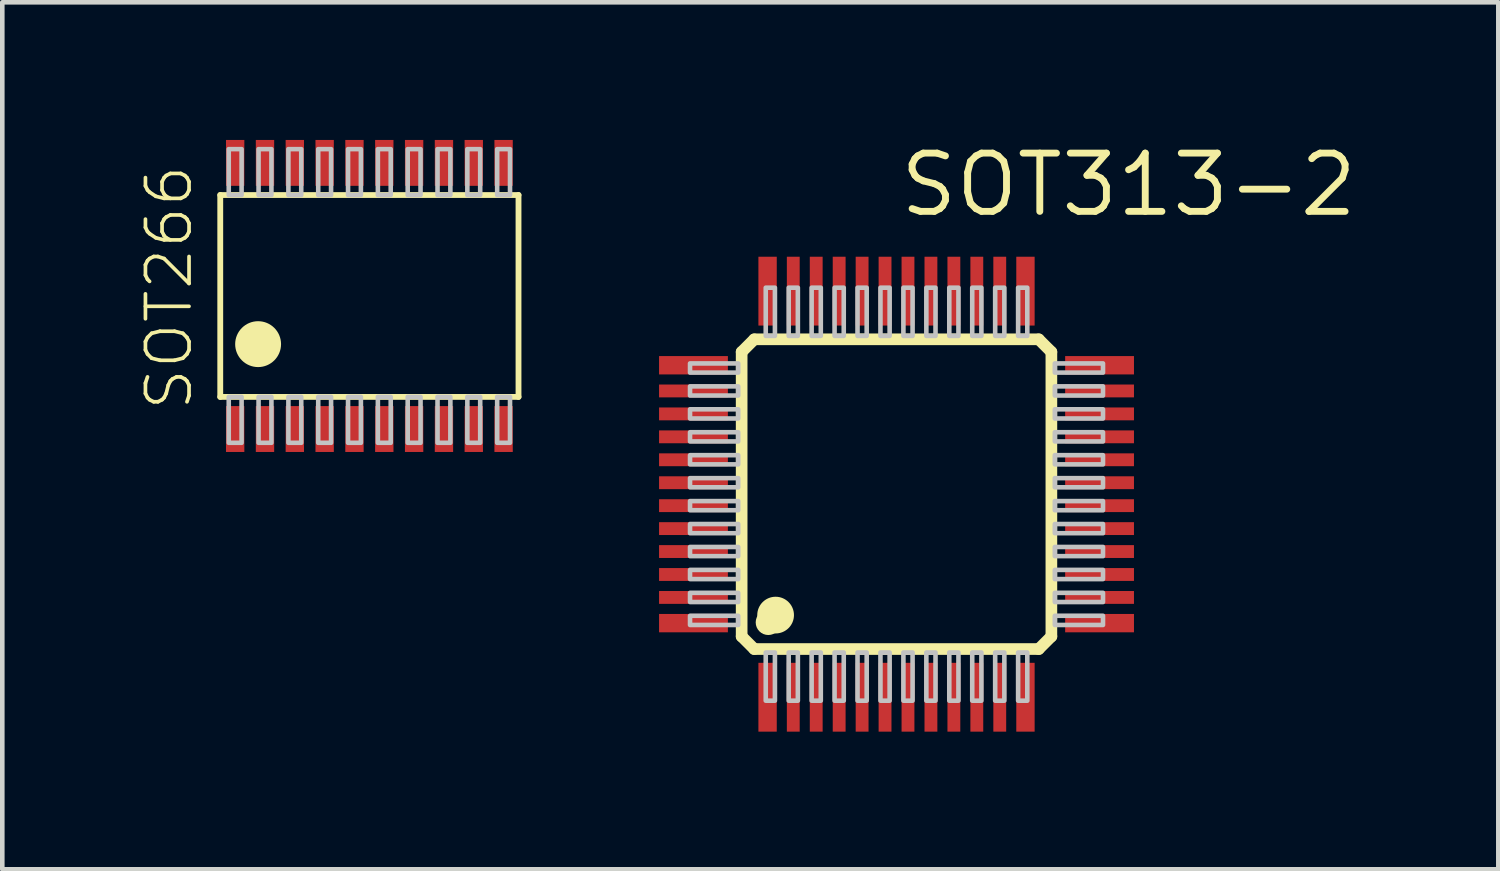
<source format=kicad_pcb>
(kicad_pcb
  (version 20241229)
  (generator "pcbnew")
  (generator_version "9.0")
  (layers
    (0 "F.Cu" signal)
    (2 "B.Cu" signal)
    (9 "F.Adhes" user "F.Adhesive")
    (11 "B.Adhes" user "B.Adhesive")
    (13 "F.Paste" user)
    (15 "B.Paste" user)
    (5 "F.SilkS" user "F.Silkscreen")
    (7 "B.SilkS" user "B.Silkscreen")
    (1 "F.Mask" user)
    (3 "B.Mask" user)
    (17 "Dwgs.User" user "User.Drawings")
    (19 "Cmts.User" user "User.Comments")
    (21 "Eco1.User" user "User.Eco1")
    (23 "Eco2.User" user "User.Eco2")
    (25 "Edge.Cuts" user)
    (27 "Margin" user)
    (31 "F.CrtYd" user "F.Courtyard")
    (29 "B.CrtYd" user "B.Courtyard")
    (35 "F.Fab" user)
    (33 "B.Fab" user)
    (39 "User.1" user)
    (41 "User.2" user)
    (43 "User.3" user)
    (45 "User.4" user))
  (footprint "SOT313-2"
    (layer "F.Cu")
    (at 16.488 7.72)
    (property "Reference" "SOT313-2" (at 0 -6 0) (layer "F.SilkS") (effects (font (size 1.27 1.27) (thickness 0.15)) (justify left bottom)))
    (attr through_hole)
    (fp_line (start -3.375 -3.1) (end -3.1 -3.375) (stroke (width 0.254) (type solid)) (layer "F.SilkS"))
    (fp_line (start -3.375 3.1) (end -3.375 -3.1) (stroke (width 0.254) (type solid)) (layer "F.SilkS"))
    (fp_line (start -3.1 -3.375) (end 3.1 -3.375) (stroke (width 0.254) (type solid)) (layer "F.SilkS"))
    (fp_line (start -3.1 3.375) (end -3.375 3.1) (stroke (width 0.254) (type solid)) (layer "F.SilkS"))
    (fp_line (start 3.1 -3.375) (end 3.375 -3.1) (stroke (width 0.254) (type solid)) (layer "F.SilkS"))
    (fp_line (start 3.1 3.375) (end -3.1 3.375) (stroke (width 0.254) (type solid)) (layer "F.SilkS"))
    (fp_line (start 3.375 -3.1) (end 3.375 3.1) (stroke (width 0.254) (type solid)) (layer "F.SilkS"))
    (fp_line (start 3.375 3.1) (end 3.1 3.375) (stroke (width 0.254) (type solid)) (layer "F.SilkS"))
    (fp_circle (center -2.794 2.794) (end -2.594 2.794) (stroke (width 0.15) (type solid)) (fill no) (layer "F.SilkS"))
    (fp_circle (center -2.635 2.635) (end -2.235 2.635) (stroke (width 0) (type solid)) (fill yes) (layer "F.SilkS"))
    (fp_poly (pts (xy -4.5 -2.65) (xy -3.45 -2.65) (xy -3.45 -2.85) (xy -4.5 -2.85)) (stroke (width 0.1) (type solid)) (fill no) (layer "Dwgs.User"))
    (fp_poly (pts (xy -4.5 -2.15) (xy -3.45 -2.15) (xy -3.45 -2.35) (xy -4.5 -2.35)) (stroke (width 0.1) (type solid)) (fill no) (layer "Dwgs.User"))
    (fp_poly (pts (xy -4.5 -1.65) (xy -3.45 -1.65) (xy -3.45 -1.85) (xy -4.5 -1.85)) (stroke (width 0.1) (type solid)) (fill no) (layer "Dwgs.User"))
    (fp_poly (pts (xy -4.5 -1.15) (xy -3.45 -1.15) (xy -3.45 -1.35) (xy -4.5 -1.35)) (stroke (width 0.1) (type solid)) (fill no) (layer "Dwgs.User"))
    (fp_poly (pts (xy -4.5 -0.65) (xy -3.45 -0.65) (xy -3.45 -0.85) (xy -4.5 -0.85)) (stroke (width 0.1) (type solid)) (fill no) (layer "Dwgs.User"))
    (fp_poly (pts (xy -4.5 -0.15) (xy -3.45 -0.15) (xy -3.45 -0.35) (xy -4.5 -0.35)) (stroke (width 0.1) (type solid)) (fill no) (layer "Dwgs.User"))
    (fp_poly (pts (xy -4.5 0.35) (xy -3.45 0.35) (xy -3.45 0.15) (xy -4.5 0.15)) (stroke (width 0.1) (type solid)) (fill no) (layer "Dwgs.User"))
    (fp_poly (pts (xy -4.5 0.85) (xy -3.45 0.85) (xy -3.45 0.65) (xy -4.5 0.65)) (stroke (width 0.1) (type solid)) (fill no) (layer "Dwgs.User"))
    (fp_poly (pts (xy -4.5 1.35) (xy -3.45 1.35) (xy -3.45 1.15) (xy -4.5 1.15)) (stroke (width 0.1) (type solid)) (fill no) (layer "Dwgs.User"))
    (fp_poly (pts (xy -4.5 1.85) (xy -3.45 1.85) (xy -3.45 1.65) (xy -4.5 1.65)) (stroke (width 0.1) (type solid)) (fill no) (layer "Dwgs.User"))
    (fp_poly (pts (xy -4.5 2.35) (xy -3.45 2.35) (xy -3.45 2.15) (xy -4.5 2.15)) (stroke (width 0.1) (type solid)) (fill no) (layer "Dwgs.User"))
    (fp_poly (pts (xy -4.5 2.85) (xy -3.45 2.85) (xy -3.45 2.65) (xy -4.5 2.65)) (stroke (width 0.1) (type solid)) (fill no) (layer "Dwgs.User"))
    (fp_poly (pts (xy -2.85 -3.45) (xy -2.65 -3.45) (xy -2.65 -4.5) (xy -2.85 -4.5)) (stroke (width 0.1) (type solid)) (fill no) (layer "Dwgs.User"))
    (fp_poly (pts (xy -2.85 4.5) (xy -2.65 4.5) (xy -2.65 3.45) (xy -2.85 3.45)) (stroke (width 0.1) (type solid)) (fill no) (layer "Dwgs.User"))
    (fp_poly (pts (xy -2.35 -3.45) (xy -2.15 -3.45) (xy -2.15 -4.5) (xy -2.35 -4.5)) (stroke (width 0.1) (type solid)) (fill no) (layer "Dwgs.User"))
    (fp_poly (pts (xy -2.35 4.5) (xy -2.15 4.5) (xy -2.15 3.45) (xy -2.35 3.45)) (stroke (width 0.1) (type solid)) (fill no) (layer "Dwgs.User"))
    (fp_poly (pts (xy -1.85 -3.45) (xy -1.65 -3.45) (xy -1.65 -4.5) (xy -1.85 -4.5)) (stroke (width 0.1) (type solid)) (fill no) (layer "Dwgs.User"))
    (fp_poly (pts (xy -1.85 4.5) (xy -1.65 4.5) (xy -1.65 3.45) (xy -1.85 3.45)) (stroke (width 0.1) (type solid)) (fill no) (layer "Dwgs.User"))
    (fp_poly (pts (xy -1.35 -3.45) (xy -1.15 -3.45) (xy -1.15 -4.5) (xy -1.35 -4.5)) (stroke (width 0.1) (type solid)) (fill no) (layer "Dwgs.User"))
    (fp_poly (pts (xy -1.35 4.5) (xy -1.15 4.5) (xy -1.15 3.45) (xy -1.35 3.45)) (stroke (width 0.1) (type solid)) (fill no) (layer "Dwgs.User"))
    (fp_poly (pts (xy -0.85 -3.45) (xy -0.65 -3.45) (xy -0.65 -4.5) (xy -0.85 -4.5)) (stroke (width 0.1) (type solid)) (fill no) (layer "Dwgs.User"))
    (fp_poly (pts (xy -0.85 4.5) (xy -0.65 4.5) (xy -0.65 3.45) (xy -0.85 3.45)) (stroke (width 0.1) (type solid)) (fill no) (layer "Dwgs.User"))
    (fp_poly (pts (xy -0.35 -3.45) (xy -0.15 -3.45) (xy -0.15 -4.5) (xy -0.35 -4.5)) (stroke (width 0.1) (type solid)) (fill no) (layer "Dwgs.User"))
    (fp_poly (pts (xy -0.35 4.5) (xy -0.15 4.5) (xy -0.15 3.45) (xy -0.35 3.45)) (stroke (width 0.1) (type solid)) (fill no) (layer "Dwgs.User"))
    (fp_poly (pts (xy 0.15 -3.45) (xy 0.35 -3.45) (xy 0.35 -4.5) (xy 0.15 -4.5)) (stroke (width 0.1) (type solid)) (fill no) (layer "Dwgs.User"))
    (fp_poly (pts (xy 0.15 4.5) (xy 0.35 4.5) (xy 0.35 3.45) (xy 0.15 3.45)) (stroke (width 0.1) (type solid)) (fill no) (layer "Dwgs.User"))
    (fp_poly (pts (xy 0.65 -3.45) (xy 0.85 -3.45) (xy 0.85 -4.5) (xy 0.65 -4.5)) (stroke (width 0.1) (type solid)) (fill no) (layer "Dwgs.User"))
    (fp_poly (pts (xy 0.65 4.5) (xy 0.85 4.5) (xy 0.85 3.45) (xy 0.65 3.45)) (stroke (width 0.1) (type solid)) (fill no) (layer "Dwgs.User"))
    (fp_poly (pts (xy 1.15 -3.45) (xy 1.35 -3.45) (xy 1.35 -4.5) (xy 1.15 -4.5)) (stroke (width 0.1) (type solid)) (fill no) (layer "Dwgs.User"))
    (fp_poly (pts (xy 1.15 4.5) (xy 1.35 4.5) (xy 1.35 3.45) (xy 1.15 3.45)) (stroke (width 0.1) (type solid)) (fill no) (layer "Dwgs.User"))
    (fp_poly (pts (xy 1.65 -3.45) (xy 1.85 -3.45) (xy 1.85 -4.5) (xy 1.65 -4.5)) (stroke (width 0.1) (type solid)) (fill no) (layer "Dwgs.User"))
    (fp_poly (pts (xy 1.65 4.5) (xy 1.85 4.5) (xy 1.85 3.45) (xy 1.65 3.45)) (stroke (width 0.1) (type solid)) (fill no) (layer "Dwgs.User"))
    (fp_poly (pts (xy 2.15 -3.45) (xy 2.35 -3.45) (xy 2.35 -4.5) (xy 2.15 -4.5)) (stroke (width 0.1) (type solid)) (fill no) (layer "Dwgs.User"))
    (fp_poly (pts (xy 2.15 4.5) (xy 2.35 4.5) (xy 2.35 3.45) (xy 2.15 3.45)) (stroke (width 0.1) (type solid)) (fill no) (layer "Dwgs.User"))
    (fp_poly (pts (xy 2.65 -3.45) (xy 2.85 -3.45) (xy 2.85 -4.5) (xy 2.65 -4.5)) (stroke (width 0.1) (type solid)) (fill no) (layer "Dwgs.User"))
    (fp_poly (pts (xy 2.65 4.5) (xy 2.85 4.5) (xy 2.85 3.45) (xy 2.65 3.45)) (stroke (width 0.1) (type solid)) (fill no) (layer "Dwgs.User"))
    (fp_poly (pts (xy 3.45 -2.65) (xy 4.5 -2.65) (xy 4.5 -2.85) (xy 3.45 -2.85)) (stroke (width 0.1) (type solid)) (fill no) (layer "Dwgs.User"))
    (fp_poly (pts (xy 3.45 -2.15) (xy 4.5 -2.15) (xy 4.5 -2.35) (xy 3.45 -2.35)) (stroke (width 0.1) (type solid)) (fill no) (layer "Dwgs.User"))
    (fp_poly (pts (xy 3.45 -1.65) (xy 4.5 -1.65) (xy 4.5 -1.85) (xy 3.45 -1.85)) (stroke (width 0.1) (type solid)) (fill no) (layer "Dwgs.User"))
    (fp_poly (pts (xy 3.45 -1.15) (xy 4.5 -1.15) (xy 4.5 -1.35) (xy 3.45 -1.35)) (stroke (width 0.1) (type solid)) (fill no) (layer "Dwgs.User"))
    (fp_poly (pts (xy 3.45 -0.65) (xy 4.5 -0.65) (xy 4.5 -0.85) (xy 3.45 -0.85)) (stroke (width 0.1) (type solid)) (fill no) (layer "Dwgs.User"))
    (fp_poly (pts (xy 3.45 -0.15) (xy 4.5 -0.15) (xy 4.5 -0.35) (xy 3.45 -0.35)) (stroke (width 0.1) (type solid)) (fill no) (layer "Dwgs.User"))
    (fp_poly (pts (xy 3.45 0.35) (xy 4.5 0.35) (xy 4.5 0.15) (xy 3.45 0.15)) (stroke (width 0.1) (type solid)) (fill no) (layer "Dwgs.User"))
    (fp_poly (pts (xy 3.45 0.85) (xy 4.5 0.85) (xy 4.5 0.65) (xy 3.45 0.65)) (stroke (width 0.1) (type solid)) (fill no) (layer "Dwgs.User"))
    (fp_poly (pts (xy 3.45 1.35) (xy 4.5 1.35) (xy 4.5 1.15) (xy 3.45 1.15)) (stroke (width 0.1) (type solid)) (fill no) (layer "Dwgs.User"))
    (fp_poly (pts (xy 3.45 1.85) (xy 4.5 1.85) (xy 4.5 1.65) (xy 3.45 1.65)) (stroke (width 0.1) (type solid)) (fill no) (layer "Dwgs.User"))
    (fp_poly (pts (xy 3.45 2.35) (xy 4.5 2.35) (xy 4.5 2.15) (xy 3.45 2.15)) (stroke (width 0.1) (type solid)) (fill no) (layer "Dwgs.User"))
    (fp_poly (pts (xy 3.45 2.85) (xy 4.5 2.85) (xy 4.5 2.65) (xy 3.45 2.65)) (stroke (width 0.1) (type solid)) (fill no) (layer "Dwgs.User"))
    (pad "1" smd rect (at -2.81 4.425) (size 0.4 1.5) (layers "F.Cu" "F.Mask" "F.Paste"))
    (pad "2" smd rect (at -2.25 4.425) (size 0.28 1.5) (layers "F.Cu" "F.Mask" "F.Paste"))
    (pad "3" smd rect (at -1.75 4.425) (size 0.28 1.5) (layers "F.Cu" "F.Mask" "F.Paste"))
    (pad "4" smd rect (at -1.25 4.425) (size 0.28 1.5) (layers "F.Cu" "F.Mask" "F.Paste"))
    (pad "5" smd rect (at -0.75 4.425) (size 0.28 1.5) (layers "F.Cu" "F.Mask" "F.Paste"))
    (pad "6" smd rect (at -0.25 4.425) (size 0.28 1.5) (layers "F.Cu" "F.Mask" "F.Paste"))
    (pad "7" smd rect (at 0.25 4.425) (size 0.28 1.5) (layers "F.Cu" "F.Mask" "F.Paste"))
    (pad "8" smd rect (at 0.75 4.425) (size 0.28 1.5) (layers "F.Cu" "F.Mask" "F.Paste"))
    (pad "9" smd rect (at 1.25 4.425) (size 0.28 1.5) (layers "F.Cu" "F.Mask" "F.Paste"))
    (pad "10" smd rect (at 1.75 4.425) (size 0.28 1.5) (layers "F.Cu" "F.Mask" "F.Paste"))
    (pad "11" smd rect (at 2.25 4.425) (size 0.28 1.5) (layers "F.Cu" "F.Mask" "F.Paste"))
    (pad "12" smd rect (at 2.81 4.425) (size 0.4 1.5) (layers "F.Cu" "F.Mask" "F.Paste"))
    (pad "13" smd rect (at 4.425 2.81) (size 1.5 0.4) (layers "F.Cu" "F.Mask" "F.Paste"))
    (pad "14" smd rect (at 4.425 2.25) (size 1.5 0.28) (layers "F.Cu" "F.Mask" "F.Paste"))
    (pad "15" smd rect (at 4.425 1.75) (size 1.5 0.28) (layers "F.Cu" "F.Mask" "F.Paste"))
    (pad "16" smd rect (at 4.425 1.25) (size 1.5 0.28) (layers "F.Cu" "F.Mask" "F.Paste"))
    (pad "17" smd rect (at 4.425 0.75) (size 1.5 0.28) (layers "F.Cu" "F.Mask" "F.Paste"))
    (pad "18" smd rect (at 4.425 0.25) (size 1.5 0.28) (layers "F.Cu" "F.Mask" "F.Paste"))
    (pad "19" smd rect (at 4.425 -0.25) (size 1.5 0.28) (layers "F.Cu" "F.Mask" "F.Paste"))
    (pad "20" smd rect (at 4.425 -0.75) (size 1.5 0.28) (layers "F.Cu" "F.Mask" "F.Paste"))
    (pad "21" smd rect (at 4.425 -1.25) (size 1.5 0.28) (layers "F.Cu" "F.Mask" "F.Paste"))
    (pad "22" smd rect (at 4.425 -1.75) (size 1.5 0.28) (layers "F.Cu" "F.Mask" "F.Paste"))
    (pad "23" smd rect (at 4.425 -2.25) (size 1.5 0.28) (layers "F.Cu" "F.Mask" "F.Paste"))
    (pad "24" smd rect (at 4.425 -2.81) (size 1.5 0.4) (layers "F.Cu" "F.Mask" "F.Paste"))
    (pad "25" smd rect (at 2.81 -4.425) (size 0.4 1.5) (layers "F.Cu" "F.Mask" "F.Paste"))
    (pad "26" smd rect (at 2.25 -4.425) (size 0.28 1.5) (layers "F.Cu" "F.Mask" "F.Paste"))
    (pad "27" smd rect (at 1.75 -4.425) (size 0.28 1.5) (layers "F.Cu" "F.Mask" "F.Paste"))
    (pad "28" smd rect (at 1.25 -4.425) (size 0.28 1.5) (layers "F.Cu" "F.Mask" "F.Paste"))
    (pad "29" smd rect (at 0.75 -4.425) (size 0.28 1.5) (layers "F.Cu" "F.Mask" "F.Paste"))
    (pad "30" smd rect (at 0.25 -4.425) (size 0.28 1.5) (layers "F.Cu" "F.Mask" "F.Paste"))
    (pad "31" smd rect (at -0.25 -4.425) (size 0.28 1.5) (layers "F.Cu" "F.Mask" "F.Paste"))
    (pad "32" smd rect (at -0.75 -4.425) (size 0.28 1.5) (layers "F.Cu" "F.Mask" "F.Paste"))
    (pad "33" smd rect (at -1.25 -4.425) (size 0.28 1.5) (layers "F.Cu" "F.Mask" "F.Paste"))
    (pad "34" smd rect (at -1.75 -4.425) (size 0.28 1.5) (layers "F.Cu" "F.Mask" "F.Paste"))
    (pad "35" smd rect (at -2.25 -4.425) (size 0.28 1.5) (layers "F.Cu" "F.Mask" "F.Paste"))
    (pad "36" smd rect (at -2.81 -4.425) (size 0.4 1.5) (layers "F.Cu" "F.Mask" "F.Paste"))
    (pad "37" smd rect (at -4.425 -2.81) (size 1.5 0.4) (layers "F.Cu" "F.Mask" "F.Paste"))
    (pad "38" smd rect (at -4.425 -2.25) (size 1.5 0.28) (layers "F.Cu" "F.Mask" "F.Paste"))
    (pad "39" smd rect (at -4.425 -1.75) (size 1.5 0.28) (layers "F.Cu" "F.Mask" "F.Paste"))
    (pad "40" smd rect (at -4.425 -1.25) (size 1.5 0.28) (layers "F.Cu" "F.Mask" "F.Paste"))
    (pad "41" smd rect (at -4.425 -0.75) (size 1.5 0.28) (layers "F.Cu" "F.Mask" "F.Paste"))
    (pad "42" smd rect (at -4.425 -0.25) (size 1.5 0.28) (layers "F.Cu" "F.Mask" "F.Paste"))
    (pad "43" smd rect (at -4.425 0.25) (size 1.5 0.28) (layers "F.Cu" "F.Mask" "F.Paste"))
    (pad "44" smd rect (at -4.425 0.75) (size 1.5 0.28) (layers "F.Cu" "F.Mask" "F.Paste"))
    (pad "45" smd rect (at -4.425 1.25) (size 1.5 0.28) (layers "F.Cu" "F.Mask" "F.Paste"))
    (pad "46" smd rect (at -4.425 1.75) (size 1.5 0.28) (layers "F.Cu" "F.Mask" "F.Paste"))
    (pad "47" smd rect (at -4.425 2.25) (size 1.5 0.28) (layers "F.Cu" "F.Mask" "F.Paste"))
    (pad "48" smd rect (at -4.425 2.81) (size 1.5 0.4) (layers "F.Cu" "F.Mask" "F.Paste")))
  (footprint "SOT266"
    (layer "F.Cu")
    (at 5 3.4)
    (property "Reference" "SOT266" (at -3.81 2.54 90) (layer "F.SilkS") (effects (font (size 0.95 0.95) (thickness 0.08)) (justify left bottom)))
    (attr through_hole)
    (fp_line (start -3.25 -2.2) (end 3.25 -2.2) (stroke (width 0.127) (type solid)) (layer "F.SilkS"))
    (fp_line (start -3.25 2.2) (end -3.25 -2.2) (stroke (width 0.127) (type solid)) (layer "F.SilkS"))
    (fp_line (start 3.25 -2.2) (end 3.25 2.2) (stroke (width 0.127) (type solid)) (layer "F.SilkS"))
    (fp_line (start 3.25 2.2) (end -3.25 2.2) (stroke (width 0.127) (type solid)) (layer "F.SilkS"))
    (fp_circle (center -2.425 1.05) (end -1.925 1.05) (stroke (width 0) (type solid)) (fill yes) (layer "F.SilkS"))
    (fp_poly (pts (xy -3.065 -2.2) (xy -2.785 -2.2) (xy -2.785 -3.2) (xy -3.065 -3.2)) (stroke (width 0.1) (type solid)) (fill no) (layer "Dwgs.User"))
    (fp_poly (pts (xy -3.065 3.2) (xy -2.785 3.2) (xy -2.785 2.2) (xy -3.065 2.2)) (stroke (width 0.1) (type solid)) (fill no) (layer "Dwgs.User"))
    (fp_poly (pts (xy -2.415 -2.2) (xy -2.135 -2.2) (xy -2.135 -3.2) (xy -2.415 -3.2)) (stroke (width 0.1) (type solid)) (fill no) (layer "Dwgs.User"))
    (fp_poly (pts (xy -2.415 3.2) (xy -2.135 3.2) (xy -2.135 2.2) (xy -2.415 2.2)) (stroke (width 0.1) (type solid)) (fill no) (layer "Dwgs.User"))
    (fp_poly (pts (xy -1.765 -2.2) (xy -1.485 -2.2) (xy -1.485 -3.2) (xy -1.765 -3.2)) (stroke (width 0.1) (type solid)) (fill no) (layer "Dwgs.User"))
    (fp_poly (pts (xy -1.765 3.2) (xy -1.485 3.2) (xy -1.485 2.2) (xy -1.765 2.2)) (stroke (width 0.1) (type solid)) (fill no) (layer "Dwgs.User"))
    (fp_poly (pts (xy -1.115 -2.2) (xy -0.835 -2.2) (xy -0.835 -3.2) (xy -1.115 -3.2)) (stroke (width 0.1) (type solid)) (fill no) (layer "Dwgs.User"))
    (fp_poly (pts (xy -1.115 3.2) (xy -0.835 3.2) (xy -0.835 2.2) (xy -1.115 2.2)) (stroke (width 0.1) (type solid)) (fill no) (layer "Dwgs.User"))
    (fp_poly (pts (xy -0.465 -2.2) (xy -0.185 -2.2) (xy -0.185 -3.2) (xy -0.465 -3.2)) (stroke (width 0.1) (type solid)) (fill no) (layer "Dwgs.User"))
    (fp_poly (pts (xy -0.465 3.2) (xy -0.185 3.2) (xy -0.185 2.2) (xy -0.465 2.2)) (stroke (width 0.1) (type solid)) (fill no) (layer "Dwgs.User"))
    (fp_poly (pts (xy 0.185 -2.2) (xy 0.465 -2.2) (xy 0.465 -3.2) (xy 0.185 -3.2)) (stroke (width 0.1) (type solid)) (fill no) (layer "Dwgs.User"))
    (fp_poly (pts (xy 0.185 3.2) (xy 0.465 3.2) (xy 0.465 2.2) (xy 0.185 2.2)) (stroke (width 0.1) (type solid)) (fill no) (layer "Dwgs.User"))
    (fp_poly (pts (xy 0.835 -2.2) (xy 1.115 -2.2) (xy 1.115 -3.2) (xy 0.835 -3.2)) (stroke (width 0.1) (type solid)) (fill no) (layer "Dwgs.User"))
    (fp_poly (pts (xy 0.835 3.2) (xy 1.115 3.2) (xy 1.115 2.2) (xy 0.835 2.2)) (stroke (width 0.1) (type solid)) (fill no) (layer "Dwgs.User"))
    (fp_poly (pts (xy 1.485 -2.2) (xy 1.765 -2.2) (xy 1.765 -3.2) (xy 1.485 -3.2)) (stroke (width 0.1) (type solid)) (fill no) (layer "Dwgs.User"))
    (fp_poly (pts (xy 1.485 3.2) (xy 1.765 3.2) (xy 1.765 2.2) (xy 1.485 2.2)) (stroke (width 0.1) (type solid)) (fill no) (layer "Dwgs.User"))
    (fp_poly (pts (xy 2.135 -2.2) (xy 2.415 -2.2) (xy 2.415 -3.2) (xy 2.135 -3.2)) (stroke (width 0.1) (type solid)) (fill no) (layer "Dwgs.User"))
    (fp_poly (pts (xy 2.135 3.2) (xy 2.415 3.2) (xy 2.415 2.2) (xy 2.135 2.2)) (stroke (width 0.1) (type solid)) (fill no) (layer "Dwgs.User"))
    (fp_poly (pts (xy 2.785 -2.2) (xy 3.065 -2.2) (xy 3.065 -3.2) (xy 2.785 -3.2)) (stroke (width 0.1) (type solid)) (fill no) (layer "Dwgs.User"))
    (fp_poly (pts (xy 2.785 3.2) (xy 3.065 3.2) (xy 3.065 2.2) (xy 2.785 2.2)) (stroke (width 0.1) (type solid)) (fill no) (layer "Dwgs.User"))
    (pad "1" smd rect (at -2.925 2.9) (size 0.4 1) (layers "F.Cu" "F.Mask" "F.Paste"))
    (pad "2" smd rect (at -2.275 2.9) (size 0.4 1) (layers "F.Cu" "F.Mask" "F.Paste"))
    (pad "3" smd rect (at -1.625 2.9) (size 0.4 1) (layers "F.Cu" "F.Mask" "F.Paste"))
    (pad "4" smd rect (at -0.975 2.9) (size 0.4 1) (layers "F.Cu" "F.Mask" "F.Paste"))
    (pad "5" smd rect (at -0.325 2.9) (size 0.4 1) (layers "F.Cu" "F.Mask" "F.Paste"))
    (pad "6" smd rect (at 0.325 2.9) (size 0.4 1) (layers "F.Cu" "F.Mask" "F.Paste"))
    (pad "7" smd rect (at 0.975 2.9) (size 0.4 1) (layers "F.Cu" "F.Mask" "F.Paste"))
    (pad "8" smd rect (at 1.625 2.9) (size 0.4 1) (layers "F.Cu" "F.Mask" "F.Paste"))
    (pad "9" smd rect (at 2.275 2.9) (size 0.4 1) (layers "F.Cu" "F.Mask" "F.Paste"))
    (pad "10" smd rect (at 2.925 2.9) (size 0.4 1) (layers "F.Cu" "F.Mask" "F.Paste"))
    (pad "11" smd rect (at 2.925 -2.9) (size 0.4 1) (layers "F.Cu" "F.Mask" "F.Paste"))
    (pad "12" smd rect (at 2.275 -2.9) (size 0.4 1) (layers "F.Cu" "F.Mask" "F.Paste"))
    (pad "13" smd rect (at 1.625 -2.9) (size 0.4 1) (layers "F.Cu" "F.Mask" "F.Paste"))
    (pad "14" smd rect (at 0.975 -2.9) (size 0.4 1) (layers "F.Cu" "F.Mask" "F.Paste"))
    (pad "15" smd rect (at 0.325 -2.9) (size 0.4 1) (layers "F.Cu" "F.Mask" "F.Paste"))
    (pad "16" smd rect (at -0.325 -2.9) (size 0.4 1) (layers "F.Cu" "F.Mask" "F.Paste"))
    (pad "17" smd rect (at -0.975 -2.9) (size 0.4 1) (layers "F.Cu" "F.Mask" "F.Paste"))
    (pad "18" smd rect (at -1.625 -2.9) (size 0.4 1) (layers "F.Cu" "F.Mask" "F.Paste"))
    (pad "19" smd rect (at -2.275 -2.9) (size 0.4 1) (layers "F.Cu" "F.Mask" "F.Paste"))
    (pad "20" smd rect (at -2.925 -2.9) (size 0.4 1) (layers "F.Cu" "F.Mask" "F.Paste")))
  (gr_rect
    (start -3 -3)
    (end 29.603 15.895)
    (stroke (width 0.1) (type default))
    (fill no)
    (layer "Edge.Cuts")))
</source>
